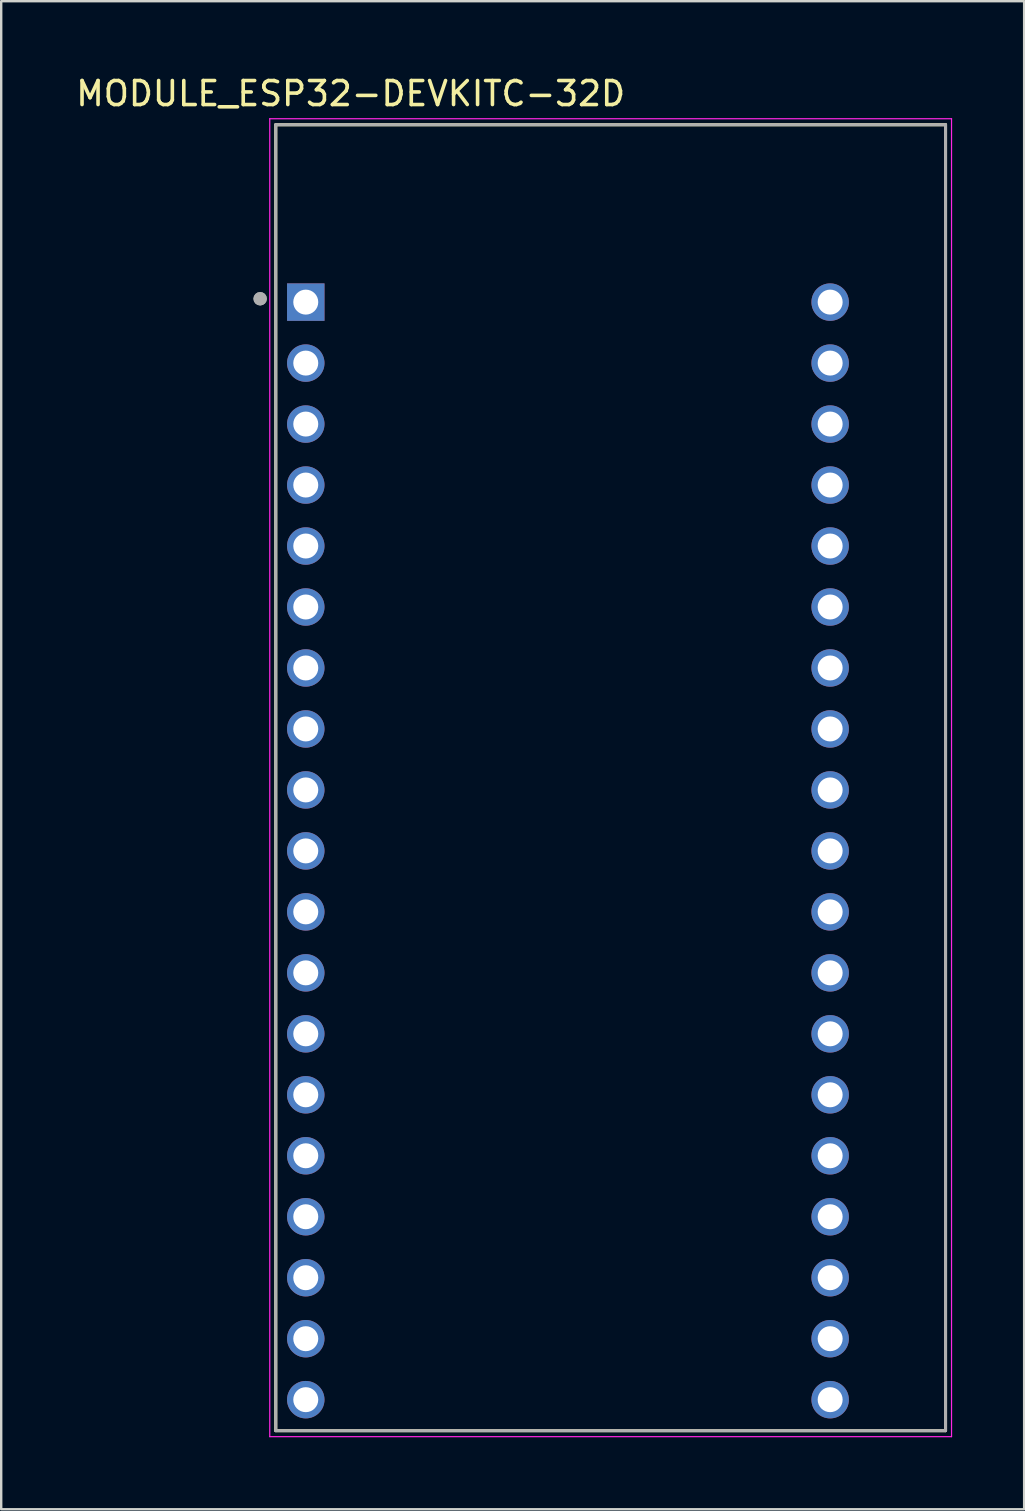
<source format=kicad_pcb>
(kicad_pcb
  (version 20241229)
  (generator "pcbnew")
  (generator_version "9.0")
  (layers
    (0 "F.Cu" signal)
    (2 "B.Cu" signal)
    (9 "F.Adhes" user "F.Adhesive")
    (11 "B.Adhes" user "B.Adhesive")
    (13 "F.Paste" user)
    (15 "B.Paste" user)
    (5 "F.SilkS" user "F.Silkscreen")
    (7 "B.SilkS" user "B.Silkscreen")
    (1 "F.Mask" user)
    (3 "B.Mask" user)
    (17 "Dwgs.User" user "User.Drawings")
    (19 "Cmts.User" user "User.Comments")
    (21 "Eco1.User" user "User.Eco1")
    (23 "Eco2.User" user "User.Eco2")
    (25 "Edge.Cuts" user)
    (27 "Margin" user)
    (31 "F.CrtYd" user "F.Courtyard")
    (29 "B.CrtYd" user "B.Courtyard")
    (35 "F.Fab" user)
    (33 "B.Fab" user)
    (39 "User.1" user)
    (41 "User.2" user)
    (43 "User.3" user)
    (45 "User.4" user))
  (footprint "MODULE_ESP32-DEVKITC-32D"
    (layer "F.Cu")
    (at 22.387 29.295)
    (property "Reference" "MODULE_ESP32-DEVKITC-32D" (at -10.829 -28.446 0) (layer "F.SilkS") (effects (font (size 1 1) (thickness 0.15))))
    (attr through_hole)
    (fp_line (start -13.95 -27.15) (end 13.95 -27.15) (stroke (width 0.127) (type solid)) (layer "F.SilkS"))
    (fp_line (start -13.95 27.25) (end -13.95 -27.15) (stroke (width 0.127) (type solid)) (layer "F.SilkS"))
    (fp_line (start 13.95 -27.15) (end 13.95 27.25) (stroke (width 0.127) (type solid)) (layer "F.SilkS"))
    (fp_line (start 13.95 27.25) (end -13.95 27.25) (stroke (width 0.127) (type solid)) (layer "F.SilkS"))
    (fp_line (start -14.2 -27.4) (end 14.2 -27.4) (stroke (width 0.05) (type solid)) (layer "F.CrtYd"))
    (fp_line (start -14.2 27.5) (end -14.2 -27.4) (stroke (width 0.05) (type solid)) (layer "F.CrtYd"))
    (fp_line (start 14.2 -27.4) (end 14.2 27.5) (stroke (width 0.05) (type solid)) (layer "F.CrtYd"))
    (fp_line (start 14.2 27.5) (end -14.2 27.5) (stroke (width 0.05) (type solid)) (layer "F.CrtYd"))
    (fp_line (start -13.95 -27.15) (end 13.95 -27.15) (stroke (width 0.127) (type solid)) (layer "F.Fab"))
    (fp_line (start -13.95 27.25) (end -13.95 -27.15) (stroke (width 0.127) (type solid)) (layer "F.Fab"))
    (fp_line (start 13.95 -27.15) (end 13.95 27.25) (stroke (width 0.127) (type solid)) (layer "F.Fab"))
    (fp_line (start 13.95 27.25) (end -13.95 27.25) (stroke (width 0.127) (type solid)) (layer "F.Fab"))
    (fp_circle (center -14.6 -19.9) (end -14.46 -19.9) (stroke (width 0.28) (type solid)) (fill no) (layer "F.Fab"))
    (fp_circle (center -14.6 -19.9) (end -14.46 -19.9) (stroke (width 0.28) (type solid)) (fill no) (layer "F.Fab"))
    (pad "1" thru_hole rect (at -12.7 -19.76) (size 1.56 1.56) (drill 1.04) (layers "*.Cu" "*.Mask"))
    (pad "2" thru_hole circle (at -12.7 -17.22) (size 1.56 1.56) (drill 1.04) (layers "*.Cu" "*.Mask"))
    (pad "3" thru_hole circle (at -12.7 -14.68) (size 1.56 1.56) (drill 1.04) (layers "*.Cu" "*.Mask"))
    (pad "4" thru_hole circle (at -12.7 -12.14) (size 1.56 1.56) (drill 1.04) (layers "*.Cu" "*.Mask"))
    (pad "5" thru_hole circle (at -12.7 -9.6) (size 1.56 1.56) (drill 1.04) (layers "*.Cu" "*.Mask"))
    (pad "6" thru_hole circle (at -12.7 -7.06) (size 1.56 1.56) (drill 1.04) (layers "*.Cu" "*.Mask"))
    (pad "7" thru_hole circle (at -12.7 -4.52) (size 1.56 1.56) (drill 1.04) (layers "*.Cu" "*.Mask"))
    (pad "8" thru_hole circle (at -12.7 -1.98) (size 1.56 1.56) (drill 1.04) (layers "*.Cu" "*.Mask"))
    (pad "9" thru_hole circle (at -12.7 0.56) (size 1.56 1.56) (drill 1.04) (layers "*.Cu" "*.Mask"))
    (pad "10" thru_hole circle (at -12.7 3.1) (size 1.56 1.56) (drill 1.04) (layers "*.Cu" "*.Mask"))
    (pad "11" thru_hole circle (at -12.7 5.64) (size 1.56 1.56) (drill 1.04) (layers "*.Cu" "*.Mask"))
    (pad "12" thru_hole circle (at -12.7 8.18) (size 1.56 1.56) (drill 1.04) (layers "*.Cu" "*.Mask"))
    (pad "13" thru_hole circle (at -12.7 10.72) (size 1.56 1.56) (drill 1.04) (layers "*.Cu" "*.Mask"))
    (pad "14" thru_hole circle (at -12.7 13.26) (size 1.56 1.56) (drill 1.04) (layers "*.Cu" "*.Mask"))
    (pad "15" thru_hole circle (at -12.7 15.8) (size 1.56 1.56) (drill 1.04) (layers "*.Cu" "*.Mask"))
    (pad "16" thru_hole circle (at -12.7 18.34) (size 1.56 1.56) (drill 1.04) (layers "*.Cu" "*.Mask"))
    (pad "17" thru_hole circle (at -12.7 20.88) (size 1.56 1.56) (drill 1.04) (layers "*.Cu" "*.Mask"))
    (pad "18" thru_hole circle (at -12.7 23.42) (size 1.56 1.56) (drill 1.04) (layers "*.Cu" "*.Mask"))
    (pad "19" thru_hole circle (at -12.7 25.96) (size 1.56 1.56) (drill 1.04) (layers "*.Cu" "*.Mask"))
    (pad "20" thru_hole circle (at 9.144 -19.76) (size 1.56 1.56) (drill 1.04) (layers "*.Cu" "*.Mask"))
    (pad "21" thru_hole circle (at 9.144 -17.22) (size 1.56 1.56) (drill 1.04) (layers "*.Cu" "*.Mask"))
    (pad "22" thru_hole circle (at 9.144 -14.68) (size 1.56 1.56) (drill 1.04) (layers "*.Cu" "*.Mask"))
    (pad "23" thru_hole circle (at 9.144 -12.14) (size 1.56 1.56) (drill 1.04) (layers "*.Cu" "*.Mask"))
    (pad "24" thru_hole circle (at 9.144 -9.6) (size 1.56 1.56) (drill 1.04) (layers "*.Cu" "*.Mask"))
    (pad "25" thru_hole circle (at 9.144 -7.06) (size 1.56 1.56) (drill 1.04) (layers "*.Cu" "*.Mask"))
    (pad "26" thru_hole circle (at 9.144 -4.52) (size 1.56 1.56) (drill 1.04) (layers "*.Cu" "*.Mask"))
    (pad "27" thru_hole circle (at 9.144 -1.98) (size 1.56 1.56) (drill 1.04) (layers "*.Cu" "*.Mask"))
    (pad "28" thru_hole circle (at 9.144 0.56) (size 1.56 1.56) (drill 1.04) (layers "*.Cu" "*.Mask"))
    (pad "29" thru_hole circle (at 9.144 3.1) (size 1.56 1.56) (drill 1.04) (layers "*.Cu" "*.Mask"))
    (pad "30" thru_hole circle (at 9.144 5.64) (size 1.56 1.56) (drill 1.04) (layers "*.Cu" "*.Mask"))
    (pad "31" thru_hole circle (at 9.144 8.18) (size 1.56 1.56) (drill 1.04) (layers "*.Cu" "*.Mask"))
    (pad "32" thru_hole circle (at 9.144 10.72) (size 1.56 1.56) (drill 1.04) (layers "*.Cu" "*.Mask"))
    (pad "33" thru_hole circle (at 9.144 13.26) (size 1.56 1.56) (drill 1.04) (layers "*.Cu" "*.Mask"))
    (pad "34" thru_hole circle (at 9.144 15.8) (size 1.56 1.56) (drill 1.04) (layers "*.Cu" "*.Mask"))
    (pad "35" thru_hole circle (at 9.144 18.34) (size 1.56 1.56) (drill 1.04) (layers "*.Cu" "*.Mask"))
    (pad "36" thru_hole circle (at 9.144 20.88) (size 1.56 1.56) (drill 1.04) (layers "*.Cu" "*.Mask"))
    (pad "37" thru_hole circle (at 9.144 23.42) (size 1.56 1.56) (drill 1.04) (layers "*.Cu" "*.Mask"))
    (pad "38" thru_hole circle (at 9.144 25.96) (size 1.56 1.56) (drill 1.04) (layers "*.Cu" "*.Mask")))
  (gr_rect
    (start -3 -3)
    (end 39.612 59.82)
    (stroke (width 0.1) (type default))
    (fill no)
    (layer "Edge.Cuts")))
</source>
